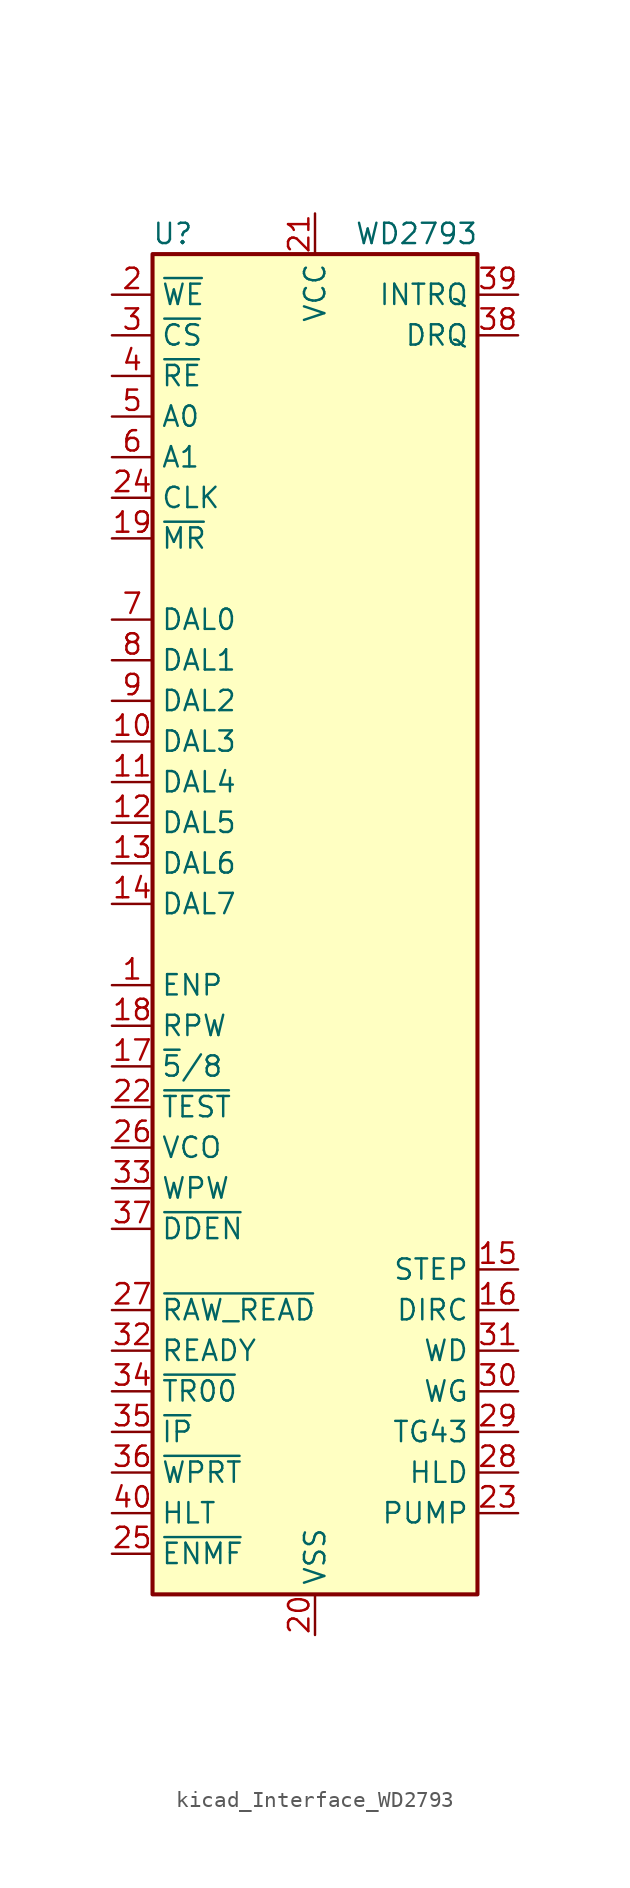
<source format=kicad_sym>
(kicad_symbol_lib
  (version 20220914)
  (generator kicad_symbol_editor)
  (symbol "kicad_Interface_WD2793"
    (property "Reference" "U"
      (at -8.89 44.45 0)
      (effects (font (size 1.27 1.27))))
    (property "Value" "WD2793"
      (at 6.35 44.45 0)
      (effects (font (size 1.27 1.27))))
    (symbol "kicad_Interface_WD2793_0_1"
      (rectangle (start -10.16 43.18) (end 10.16 -40.64) (stroke (width 0.254) (type default)) (fill (type background))))
    (symbol "kicad_Interface_WD2793_1_1"
      (pin input line (at -12.7 -2.54 0) (length 2.54) (name "ENP" (effects (font (size 1.27 1.27)))) (number "1" (effects (font (size 1.27 1.27)))))
      (pin tri_state line (at -12.7 12.7 0) (length 2.54) (name "DAL3" (effects (font (size 1.27 1.27)))) (number "10" (effects (font (size 1.27 1.27)))))
      (pin tri_state line (at -12.7 10.16 0) (length 2.54) (name "DAL4" (effects (font (size 1.27 1.27)))) (number "11" (effects (font (size 1.27 1.27)))))
      (pin tri_state line (at -12.7 7.62 0) (length 2.54) (name "DAL5" (effects (font (size 1.27 1.27)))) (number "12" (effects (font (size 1.27 1.27)))))
      (pin tri_state line (at -12.7 5.08 0) (length 2.54) (name "DAL6" (effects (font (size 1.27 1.27)))) (number "13" (effects (font (size 1.27 1.27)))))
      (pin tri_state line (at -12.7 2.54 0) (length 2.54) (name "DAL7" (effects (font (size 1.27 1.27)))) (number "14" (effects (font (size 1.27 1.27)))))
      (pin output line (at 12.7 -20.32 180) (length 2.54) (name "STEP" (effects (font (size 1.27 1.27)))) (number "15" (effects (font (size 1.27 1.27)))))
      (pin output line (at 12.7 -22.86 180) (length 2.54) (name "DIRC" (effects (font (size 1.27 1.27)))) (number "16" (effects (font (size 1.27 1.27)))))
      (pin input line (at -12.7 -7.62 0) (length 2.54) (name "~{5}/8" (effects (font (size 1.27 1.27)))) (number "17" (effects (font (size 1.27 1.27)))))
      (pin input line (at -12.7 -5.08 0) (length 2.54) (name "RPW" (effects (font (size 1.27 1.27)))) (number "18" (effects (font (size 1.27 1.27)))))
      (pin input line (at -12.7 25.4 0) (length 2.54) (name "~{MR}" (effects (font (size 1.27 1.27)))) (number "19" (effects (font (size 1.27 1.27)))))
      (pin input line (at -12.7 40.64 0) (length 2.54) (name "~{WE}" (effects (font (size 1.27 1.27)))) (number "2" (effects (font (size 1.27 1.27)))))
      (pin power_in line (at 0 -43.18 90) (length 2.54) (name "VSS" (effects (font (size 1.27 1.27)))) (number "20" (effects (font (size 1.27 1.27)))))
      (pin power_in line (at 0 45.72 270) (length 2.54) (name "VCC" (effects (font (size 1.27 1.27)))) (number "21" (effects (font (size 1.27 1.27)))))
      (pin input line (at -12.7 -10.16 0) (length 2.54) (name "~{TEST}" (effects (font (size 1.27 1.27)))) (number "22" (effects (font (size 1.27 1.27)))))
      (pin output line (at 12.7 -35.56 180) (length 2.54) (name "PUMP" (effects (font (size 1.27 1.27)))) (number "23" (effects (font (size 1.27 1.27)))))
      (pin input line (at -12.7 27.94 0) (length 2.54) (name "CLK" (effects (font (size 1.27 1.27)))) (number "24" (effects (font (size 1.27 1.27)))))
      (pin input line (at -12.7 -38.1 0) (length 2.54) (name "~{ENMF}" (effects (font (size 1.27 1.27)))) (number "25" (effects (font (size 1.27 1.27)))))
      (pin input line (at -12.7 -12.7 0) (length 2.54) (name "VCO" (effects (font (size 1.27 1.27)))) (number "26" (effects (font (size 1.27 1.27)))))
      (pin input line (at -12.7 -22.86 0) (length 2.54) (name "~{RAW_READ}" (effects (font (size 1.27 1.27)))) (number "27" (effects (font (size 1.27 1.27)))))
      (pin output line (at 12.7 -33.02 180) (length 2.54) (name "HLD" (effects (font (size 1.27 1.27)))) (number "28" (effects (font (size 1.27 1.27)))))
      (pin output line (at 12.7 -30.48 180) (length 2.54) (name "TG43" (effects (font (size 1.27 1.27)))) (number "29" (effects (font (size 1.27 1.27)))))
      (pin input line (at -12.7 38.1 0) (length 2.54) (name "~{CS}" (effects (font (size 1.27 1.27)))) (number "3" (effects (font (size 1.27 1.27)))))
      (pin output line (at 12.7 -27.94 180) (length 2.54) (name "WG" (effects (font (size 1.27 1.27)))) (number "30" (effects (font (size 1.27 1.27)))))
      (pin output line (at 12.7 -25.4 180) (length 2.54) (name "WD" (effects (font (size 1.27 1.27)))) (number "31" (effects (font (size 1.27 1.27)))))
      (pin input line (at -12.7 -25.4 0) (length 2.54) (name "READY" (effects (font (size 1.27 1.27)))) (number "32" (effects (font (size 1.27 1.27)))))
      (pin input line (at -12.7 -15.24 0) (length 2.54) (name "WPW" (effects (font (size 1.27 1.27)))) (number "33" (effects (font (size 1.27 1.27)))))
      (pin input line (at -12.7 -27.94 0) (length 2.54) (name "~{TR00}" (effects (font (size 1.27 1.27)))) (number "34" (effects (font (size 1.27 1.27)))))
      (pin input line (at -12.7 -30.48 0) (length 2.54) (name "~{IP}" (effects (font (size 1.27 1.27)))) (number "35" (effects (font (size 1.27 1.27)))))
      (pin input line (at -12.7 -33.02 0) (length 2.54) (name "~{WPRT}" (effects (font (size 1.27 1.27)))) (number "36" (effects (font (size 1.27 1.27)))))
      (pin input line (at -12.7 -17.78 0) (length 2.54) (name "~{DDEN}" (effects (font (size 1.27 1.27)))) (number "37" (effects (font (size 1.27 1.27)))))
      (pin output line (at 12.7 38.1 180) (length 2.54) (name "DRQ" (effects (font (size 1.27 1.27)))) (number "38" (effects (font (size 1.27 1.27)))))
      (pin output line (at 12.7 40.64 180) (length 2.54) (name "INTRQ" (effects (font (size 1.27 1.27)))) (number "39" (effects (font (size 1.27 1.27)))))
      (pin input line (at -12.7 35.56 0) (length 2.54) (name "~{RE}" (effects (font (size 1.27 1.27)))) (number "4" (effects (font (size 1.27 1.27)))))
      (pin input line (at -12.7 -35.56 0) (length 2.54) (name "HLT" (effects (font (size 1.27 1.27)))) (number "40" (effects (font (size 1.27 1.27)))))
      (pin input line (at -12.7 33.02 0) (length 2.54) (name "A0" (effects (font (size 1.27 1.27)))) (number "5" (effects (font (size 1.27 1.27)))))
      (pin input line (at -12.7 30.48 0) (length 2.54) (name "A1" (effects (font (size 1.27 1.27)))) (number "6" (effects (font (size 1.27 1.27)))))
      (pin tri_state line (at -12.7 20.32 0) (length 2.54) (name "DAL0" (effects (font (size 1.27 1.27)))) (number "7" (effects (font (size 1.27 1.27)))))
      (pin tri_state line (at -12.7 17.78 0) (length 2.54) (name "DAL1" (effects (font (size 1.27 1.27)))) (number "8" (effects (font (size 1.27 1.27)))))
      (pin tri_state line (at -12.7 15.24 0) (length 2.54) (name "DAL2" (effects (font (size 1.27 1.27)))) (number "9" (effects (font (size 1.27 1.27))))))))
</source>
